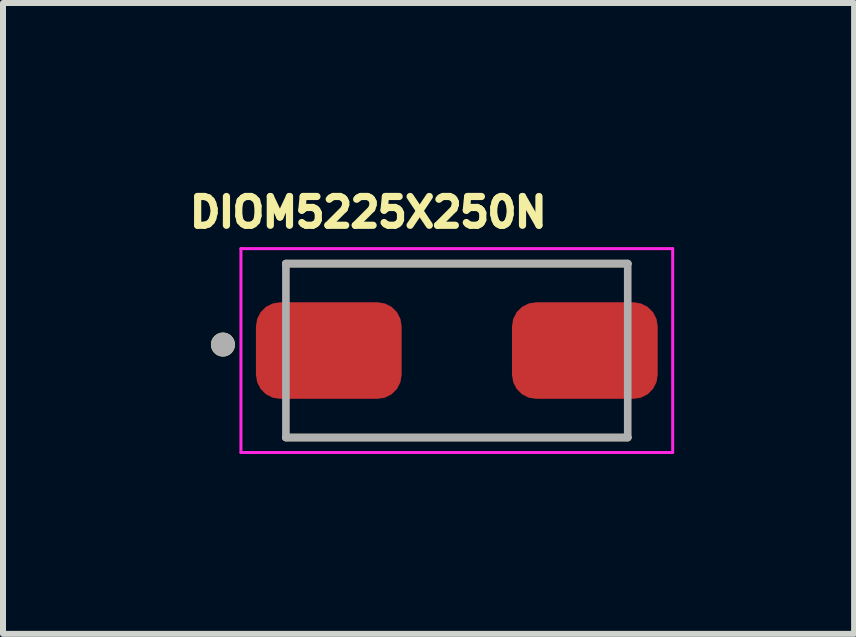
<source format=kicad_pcb>
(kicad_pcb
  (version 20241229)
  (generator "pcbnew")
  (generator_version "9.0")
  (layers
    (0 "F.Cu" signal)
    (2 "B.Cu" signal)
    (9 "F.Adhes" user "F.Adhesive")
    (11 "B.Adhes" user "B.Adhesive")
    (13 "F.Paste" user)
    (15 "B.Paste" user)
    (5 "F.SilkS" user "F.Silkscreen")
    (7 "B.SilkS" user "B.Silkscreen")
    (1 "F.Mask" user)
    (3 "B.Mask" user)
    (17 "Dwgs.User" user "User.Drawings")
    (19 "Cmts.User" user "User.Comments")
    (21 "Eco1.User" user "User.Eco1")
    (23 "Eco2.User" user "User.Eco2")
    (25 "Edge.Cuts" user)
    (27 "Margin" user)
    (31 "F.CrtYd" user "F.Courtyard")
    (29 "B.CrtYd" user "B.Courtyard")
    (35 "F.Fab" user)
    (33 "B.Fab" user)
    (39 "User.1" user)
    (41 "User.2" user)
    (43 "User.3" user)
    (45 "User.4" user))
  (footprint "DIOM5225X250N"
    (layer "F.Cu")
    (at 4.568 2.796)
    (property "Reference" "DIOM5225X250N" (at -1.476 -2.305 0) (layer "F.SilkS") (effects (font (size 0.48 0.48) (thickness 0.15))))
    (attr smd)
    (fp_line (start -2.85 1.45) (end 2.85 1.45) (stroke (width 0.127) (type solid)) (layer "F.SilkS"))
    (fp_line (start 2.85 -1.45) (end -2.85 -1.45) (stroke (width 0.127) (type solid)) (layer "F.SilkS"))
    (fp_circle (center -3.9 -0.1) (end -3.8 -0.1) (stroke (width 0.2) (type solid)) (fill no) (layer "F.SilkS"))
    (fp_line (start -3.6 -1.7) (end 3.6 -1.7) (stroke (width 0.05) (type solid)) (layer "F.CrtYd"))
    (fp_line (start -3.6 1.7) (end -3.6 -1.7) (stroke (width 0.05) (type solid)) (layer "F.CrtYd"))
    (fp_line (start 3.6 -1.7) (end 3.6 1.7) (stroke (width 0.05) (type solid)) (layer "F.CrtYd"))
    (fp_line (start 3.6 1.7) (end -3.6 1.7) (stroke (width 0.05) (type solid)) (layer "F.CrtYd"))
    (fp_line (start -2.85 -1.45) (end -2.85 1.45) (stroke (width 0.127) (type solid)) (layer "F.Fab"))
    (fp_line (start -2.85 1.45) (end 2.85 1.45) (stroke (width 0.127) (type solid)) (layer "F.Fab"))
    (fp_line (start 2.85 -1.45) (end -2.85 -1.45) (stroke (width 0.127) (type solid)) (layer "F.Fab"))
    (fp_line (start 2.85 1.45) (end 2.85 -1.45) (stroke (width 0.127) (type solid)) (layer "F.Fab"))
    (fp_circle (center -3.9 -0.1) (end -3.8 -0.1) (stroke (width 0.2) (type solid)) (fill no) (layer "F.Fab"))
    (pad "A" smd roundrect (at 2.135 0) (size 2.43 1.61) (layers "F.Cu" "F.Mask" "F.Paste") (roundrect_rratio 0.25))
    (pad "C" smd roundrect (at -2.135 0) (size 2.43 1.61) (layers "F.Cu" "F.Mask" "F.Paste") (roundrect_rratio 0.25)))
  (gr_rect
    (start -3 -3)
    (end 11.193 7.521)
    (stroke (width 0.1) (type default))
    (fill no)
    (layer "Edge.Cuts")))
</source>
